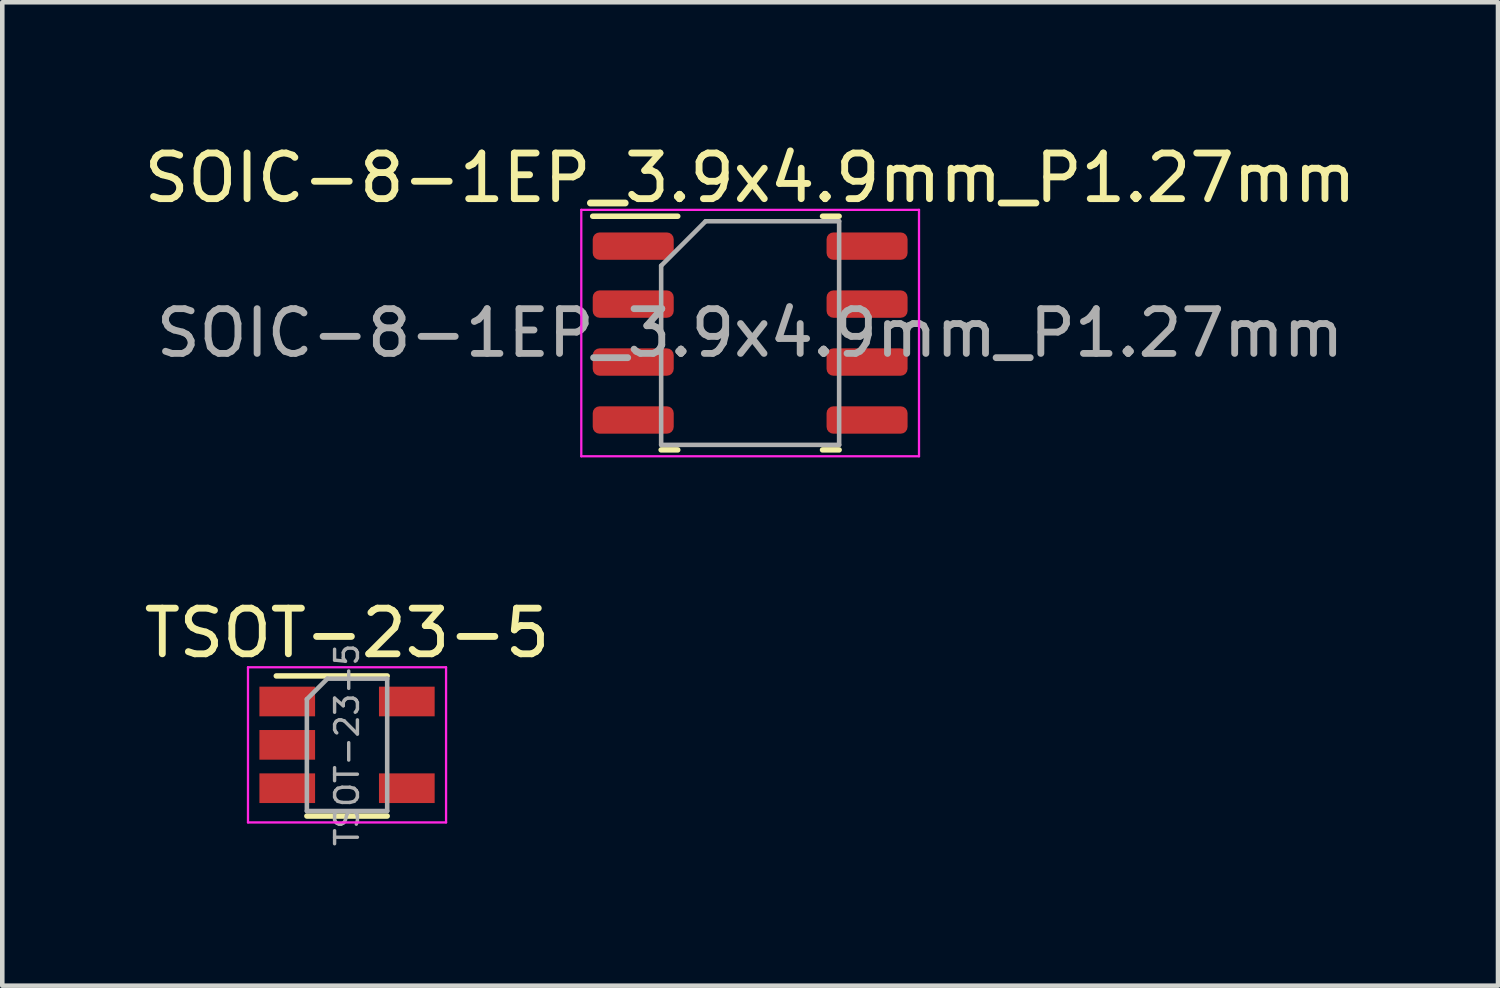
<source format=kicad_pcb>
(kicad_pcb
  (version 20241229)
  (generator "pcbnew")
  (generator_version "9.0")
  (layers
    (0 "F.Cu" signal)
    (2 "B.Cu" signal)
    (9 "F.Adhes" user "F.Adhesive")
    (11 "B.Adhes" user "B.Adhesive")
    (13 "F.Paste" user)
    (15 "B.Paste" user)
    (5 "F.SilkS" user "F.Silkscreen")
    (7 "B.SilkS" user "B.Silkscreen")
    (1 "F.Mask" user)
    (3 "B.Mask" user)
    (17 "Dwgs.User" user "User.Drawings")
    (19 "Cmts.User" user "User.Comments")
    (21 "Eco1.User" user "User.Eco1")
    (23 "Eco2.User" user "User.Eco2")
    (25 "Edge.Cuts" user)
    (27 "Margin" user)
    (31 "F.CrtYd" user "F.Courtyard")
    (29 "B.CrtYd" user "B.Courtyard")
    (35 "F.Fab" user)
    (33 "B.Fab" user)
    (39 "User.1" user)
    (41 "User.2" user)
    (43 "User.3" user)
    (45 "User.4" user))
  (footprint "TSOT-23-5"
    (layer "F.Cu")
    (at 4.554 13.271)
    (property "Reference" "TSOT-23-5" (at 0 -2.45 180) (layer "F.SilkS") (effects (font (size 1 1) (thickness 0.15))))
    (attr smd)
    (fp_line (start -0.88 1.56) (end 0.88 1.56) (stroke (width 0.12) (type solid)) (layer "F.SilkS"))
    (fp_line (start 0.88 -1.51) (end -1.55 -1.51) (stroke (width 0.12) (type solid)) (layer "F.SilkS"))
    (fp_line (start -2.17 -1.7) (end -2.17 1.7) (stroke (width 0.05) (type solid)) (layer "F.CrtYd"))
    (fp_line (start -2.17 -1.7) (end 2.17 -1.7) (stroke (width 0.05) (type solid)) (layer "F.CrtYd"))
    (fp_line (start 2.17 1.7) (end -2.17 1.7) (stroke (width 0.05) (type solid)) (layer "F.CrtYd"))
    (fp_line (start 2.17 1.7) (end 2.17 -1.7) (stroke (width 0.05) (type solid)) (layer "F.CrtYd"))
    (fp_line (start -0.88 -1) (end -0.88 1.45) (stroke (width 0.1) (type solid)) (layer "F.Fab"))
    (fp_line (start -0.88 -1) (end -0.43 -1.45) (stroke (width 0.1) (type solid)) (layer "F.Fab"))
    (fp_line (start 0.88 -1.45) (end -0.43 -1.45) (stroke (width 0.1) (type solid)) (layer "F.Fab"))
    (fp_line (start 0.88 -1.45) (end 0.88 1.45) (stroke (width 0.1) (type solid)) (layer "F.Fab"))
    (fp_line (start 0.88 1.45) (end -0.88 1.45) (stroke (width 0.1) (type solid)) (layer "F.Fab"))
    (fp_text user "${REFERENCE}" (at 0 0 270) (layer "F.Fab") (effects (font (size 0.5 0.5) (thickness 0.075))))
    (pad "1" smd rect (at -1.31 -0.95) (size 1.22 0.65) (layers "F.Cu" "F.Mask" "F.Paste"))
    (pad "2" smd rect (at -1.31 0) (size 1.22 0.65) (layers "F.Cu" "F.Mask" "F.Paste"))
    (pad "3" smd rect (at -1.31 0.95) (size 1.22 0.65) (layers "F.Cu" "F.Mask" "F.Paste"))
    (pad "4" smd rect (at 1.31 0.95) (size 1.22 0.65) (layers "F.Cu" "F.Mask" "F.Paste"))
    (pad "5" smd rect (at 1.31 -0.95) (size 1.22 0.65) (layers "F.Cu" "F.Mask" "F.Paste")))
  (footprint "SOIC-8-1EP_3.9x4.9mm_P1.27mm"
    (layer "F.Cu")
    (at 13.387 4.248)
    (property "Reference" "SOIC-8-1EP_3.9x4.9mm_P1.27mm" (at 0 -3.4 0) (layer "F.SilkS") (effects (font (size 1 1) (thickness 0.15))))
    (attr smd)
    (fp_line (start -1.586 -2.56) (end -3.45 -2.56) (stroke (width 0.12) (type solid)) (layer "F.SilkS"))
    (fp_line (start -1.586 2.56) (end -1.95 2.56) (stroke (width 0.12) (type solid)) (layer "F.SilkS"))
    (fp_line (start 1.586 -2.56) (end 1.95 -2.56) (stroke (width 0.12) (type solid)) (layer "F.SilkS"))
    (fp_line (start 1.586 2.56) (end 1.95 2.56) (stroke (width 0.12) (type solid)) (layer "F.SilkS"))
    (fp_line (start -3.7 -2.7) (end -3.7 2.7) (stroke (width 0.05) (type solid)) (layer "F.CrtYd"))
    (fp_line (start -3.7 2.7) (end 3.7 2.7) (stroke (width 0.05) (type solid)) (layer "F.CrtYd"))
    (fp_line (start 3.7 -2.7) (end -3.7 -2.7) (stroke (width 0.05) (type solid)) (layer "F.CrtYd"))
    (fp_line (start 3.7 2.7) (end 3.7 -2.7) (stroke (width 0.05) (type solid)) (layer "F.CrtYd"))
    (fp_line (start -1.95 -1.475) (end -0.975 -2.45) (stroke (width 0.1) (type solid)) (layer "F.Fab"))
    (fp_line (start -1.95 2.45) (end -1.95 -1.475) (stroke (width 0.1) (type solid)) (layer "F.Fab"))
    (fp_line (start -0.975 -2.45) (end 1.95 -2.45) (stroke (width 0.1) (type solid)) (layer "F.Fab"))
    (fp_line (start 1.95 -2.45) (end 1.95 2.45) (stroke (width 0.1) (type solid)) (layer "F.Fab"))
    (fp_line (start 1.95 2.45) (end -1.95 2.45) (stroke (width 0.1) (type solid)) (layer "F.Fab"))
    (fp_text user "${REFERENCE}" (at 0 0 0) (layer "F.Fab") (effects (font (size 0.98 0.98) (thickness 0.15))))
    (pad "1" smd roundrect (at -2.562 -1.905) (size 1.775 0.6) (layers "F.Cu" "F.Mask" "F.Paste") (roundrect_rratio 0.25))
    (pad "2" smd roundrect (at -2.562 -0.635) (size 1.775 0.6) (layers "F.Cu" "F.Mask" "F.Paste") (roundrect_rratio 0.25))
    (pad "3" smd roundrect (at -2.562 0.635) (size 1.775 0.6) (layers "F.Cu" "F.Mask" "F.Paste") (roundrect_rratio 0.25))
    (pad "4" smd roundrect (at -2.562 1.905) (size 1.775 0.6) (layers "F.Cu" "F.Mask" "F.Paste") (roundrect_rratio 0.25))
    (pad "5" smd roundrect (at 2.562 1.905) (size 1.775 0.6) (layers "F.Cu" "F.Mask" "F.Paste") (roundrect_rratio 0.25))
    (pad "6" smd roundrect (at 2.562 0.635) (size 1.775 0.6) (layers "F.Cu" "F.Mask" "F.Paste") (roundrect_rratio 0.25))
    (pad "7" smd roundrect (at 2.562 -0.635) (size 1.775 0.6) (layers "F.Cu" "F.Mask" "F.Paste") (roundrect_rratio 0.25))
    (pad "8" smd roundrect (at 2.562 -1.905) (size 1.775 0.6) (layers "F.Cu" "F.Mask" "F.Paste") (roundrect_rratio 0.25)))
  (gr_rect
    (start -3 -3)
    (end 29.774 18.548)
    (stroke (width 0.1) (type default))
    (fill no)
    (layer "Edge.Cuts")))
</source>
